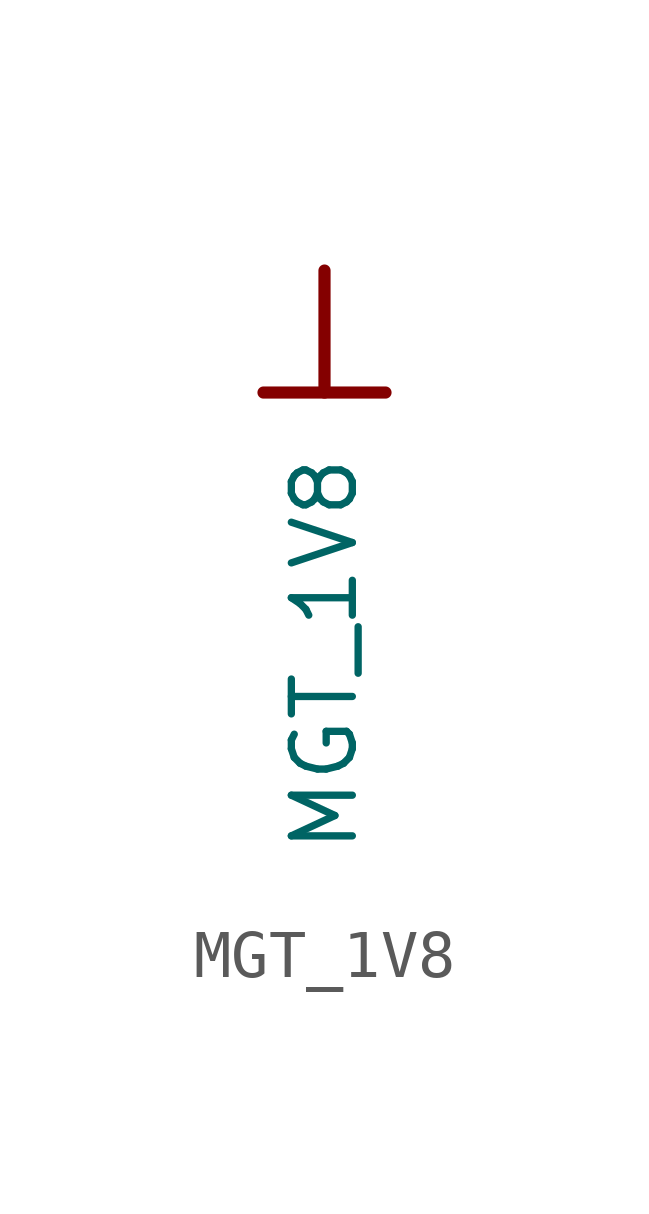
<source format=kicad_sym>
(kicad_symbol_lib
  (version 20231120)
  (generator "kicad_symbol_editor")
  (generator_version "8.0")
  (symbol "MGT_1V8"
    (power)
    (property "Reference" "#PWR0107"
      (at 0 0 0)
      (effects (font (size 1.27 1.27)) (hide yes)))
    (property "Value" "MGT_1V8"
      (at 0 -3.81 90)
      (effects (font (size 1.27 1.27)) (justify right)))
    (symbol "MGT_1V8_0_0"
      (polyline (pts (xy -1.27 -2.54) (xy 1.27 -2.54)) (stroke (width 0.254) (type solid)) (fill (type none)))
      (polyline (pts (xy 0 0) (xy 0 -2.54)) (stroke (width 0.254) (type solid)) (fill (type none)))
      (pin power_in line (at 0 0 0) (length 0) hide (name "MGT_1V8" (effects (font (size 1.27 1.27)))) (number "" (effects (font (size 1.27 1.27))))))))
</source>
